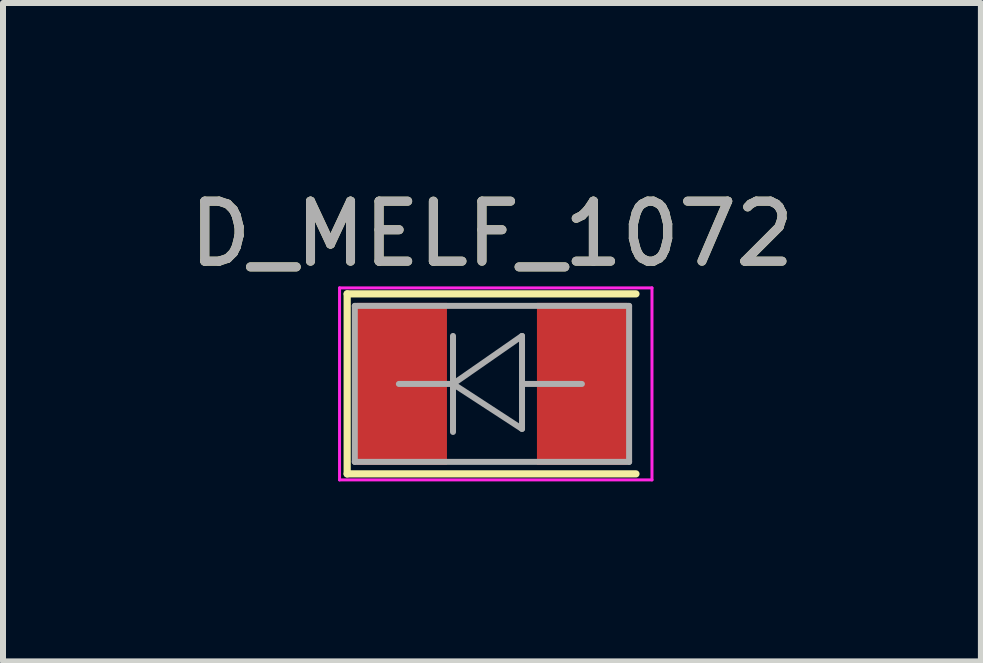
<source format=kicad_pcb>
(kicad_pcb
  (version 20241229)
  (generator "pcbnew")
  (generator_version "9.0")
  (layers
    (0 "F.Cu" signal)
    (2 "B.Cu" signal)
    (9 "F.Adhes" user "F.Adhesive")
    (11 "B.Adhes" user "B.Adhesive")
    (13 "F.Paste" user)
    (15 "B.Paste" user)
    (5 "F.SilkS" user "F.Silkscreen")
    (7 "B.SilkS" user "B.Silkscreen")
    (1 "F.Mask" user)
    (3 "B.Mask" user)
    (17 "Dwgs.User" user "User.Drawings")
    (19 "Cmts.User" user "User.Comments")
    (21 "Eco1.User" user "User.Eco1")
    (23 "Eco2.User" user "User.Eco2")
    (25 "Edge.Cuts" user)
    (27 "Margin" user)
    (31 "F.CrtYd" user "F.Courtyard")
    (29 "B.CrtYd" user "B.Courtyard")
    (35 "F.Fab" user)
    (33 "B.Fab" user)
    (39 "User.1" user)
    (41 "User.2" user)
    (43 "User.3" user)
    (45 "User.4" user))
  (footprint "D_MELF_1072"
    (layer "F.Cu")
    (at 5.149 3.348)
    (property "Reference" "D_MELF_1072" (at 0 -2.5 0) (layer "F.SilkS") (effects (font (size 1 1) (thickness 0.15))))
    (attr smd)
    (fp_line (start -2.413 -1.5) (end -2.413 1.5) (stroke (width 0.12) (type solid)) (layer "F.SilkS"))
    (fp_line (start -2.413 1.5) (end 2.4 1.5) (stroke (width 0.12) (type solid)) (layer "F.SilkS"))
    (fp_line (start 2.4 -1.5) (end -2.413 -1.5) (stroke (width 0.12) (type solid)) (layer "F.SilkS"))
    (fp_line (start -2.54 -1.6) (end 2.667 -1.6) (stroke (width 0.05) (type solid)) (layer "F.CrtYd"))
    (fp_line (start -2.54 1.6) (end -2.54 -1.6) (stroke (width 0.05) (type solid)) (layer "F.CrtYd"))
    (fp_line (start 2.667 -1.6) (end 2.667 1.6) (stroke (width 0.05) (type solid)) (layer "F.CrtYd"))
    (fp_line (start 2.667 1.6) (end -2.54 1.6) (stroke (width 0.05) (type solid)) (layer "F.CrtYd"))
    (fp_line (start -2.286 -1.3) (end -2.286 1.3) (stroke (width 0.1) (type solid)) (layer "F.Fab"))
    (fp_line (start -2.286 1.3) (end 2.286 1.3) (stroke (width 0.1) (type solid)) (layer "F.Fab"))
    (fp_line (start -0.649 -0.799) (end -0.649 0.801) (stroke (width 0.1) (type solid)) (layer "F.Fab"))
    (fp_line (start -0.649 0.001) (end -1.551 0.001) (stroke (width 0.1) (type solid)) (layer "F.Fab"))
    (fp_line (start -0.649 0.001) (end 0.501 -0.799) (stroke (width 0.1) (type solid)) (layer "F.Fab"))
    (fp_line (start -0.649 0.001) (end 0.501 0.75) (stroke (width 0.1) (type solid)) (layer "F.Fab"))
    (fp_line (start 0.501 0.001) (end 1.499 0.001) (stroke (width 0.1) (type solid)) (layer "F.Fab"))
    (fp_line (start 0.501 0.75) (end 0.501 -0.799) (stroke (width 0.1) (type solid)) (layer "F.Fab"))
    (fp_line (start 2.286 -1.3) (end -2.286 -1.3) (stroke (width 0.1) (type solid)) (layer "F.Fab"))
    (fp_line (start 2.286 1.3) (end 2.286 -1.3) (stroke (width 0.1) (type solid)) (layer "F.Fab"))
    (fp_text user "${REFERENCE}" (at 0 -2.5 0) (layer "F.Fab") (effects (font (size 1 1) (thickness 0.15))))
    (pad "1" smd rect (at -1.5 0) (size 1.5 2.7) (layers "F.Cu" "F.Mask" "F.Paste"))
    (pad "2" smd rect (at 1.5 0) (size 1.5 2.7) (layers "F.Cu" "F.Mask" "F.Paste")))
  (gr_rect
    (start -3 -3)
    (end 13.298 7.973)
    (stroke (width 0.1) (type default))
    (fill no)
    (layer "Edge.Cuts")))
</source>
